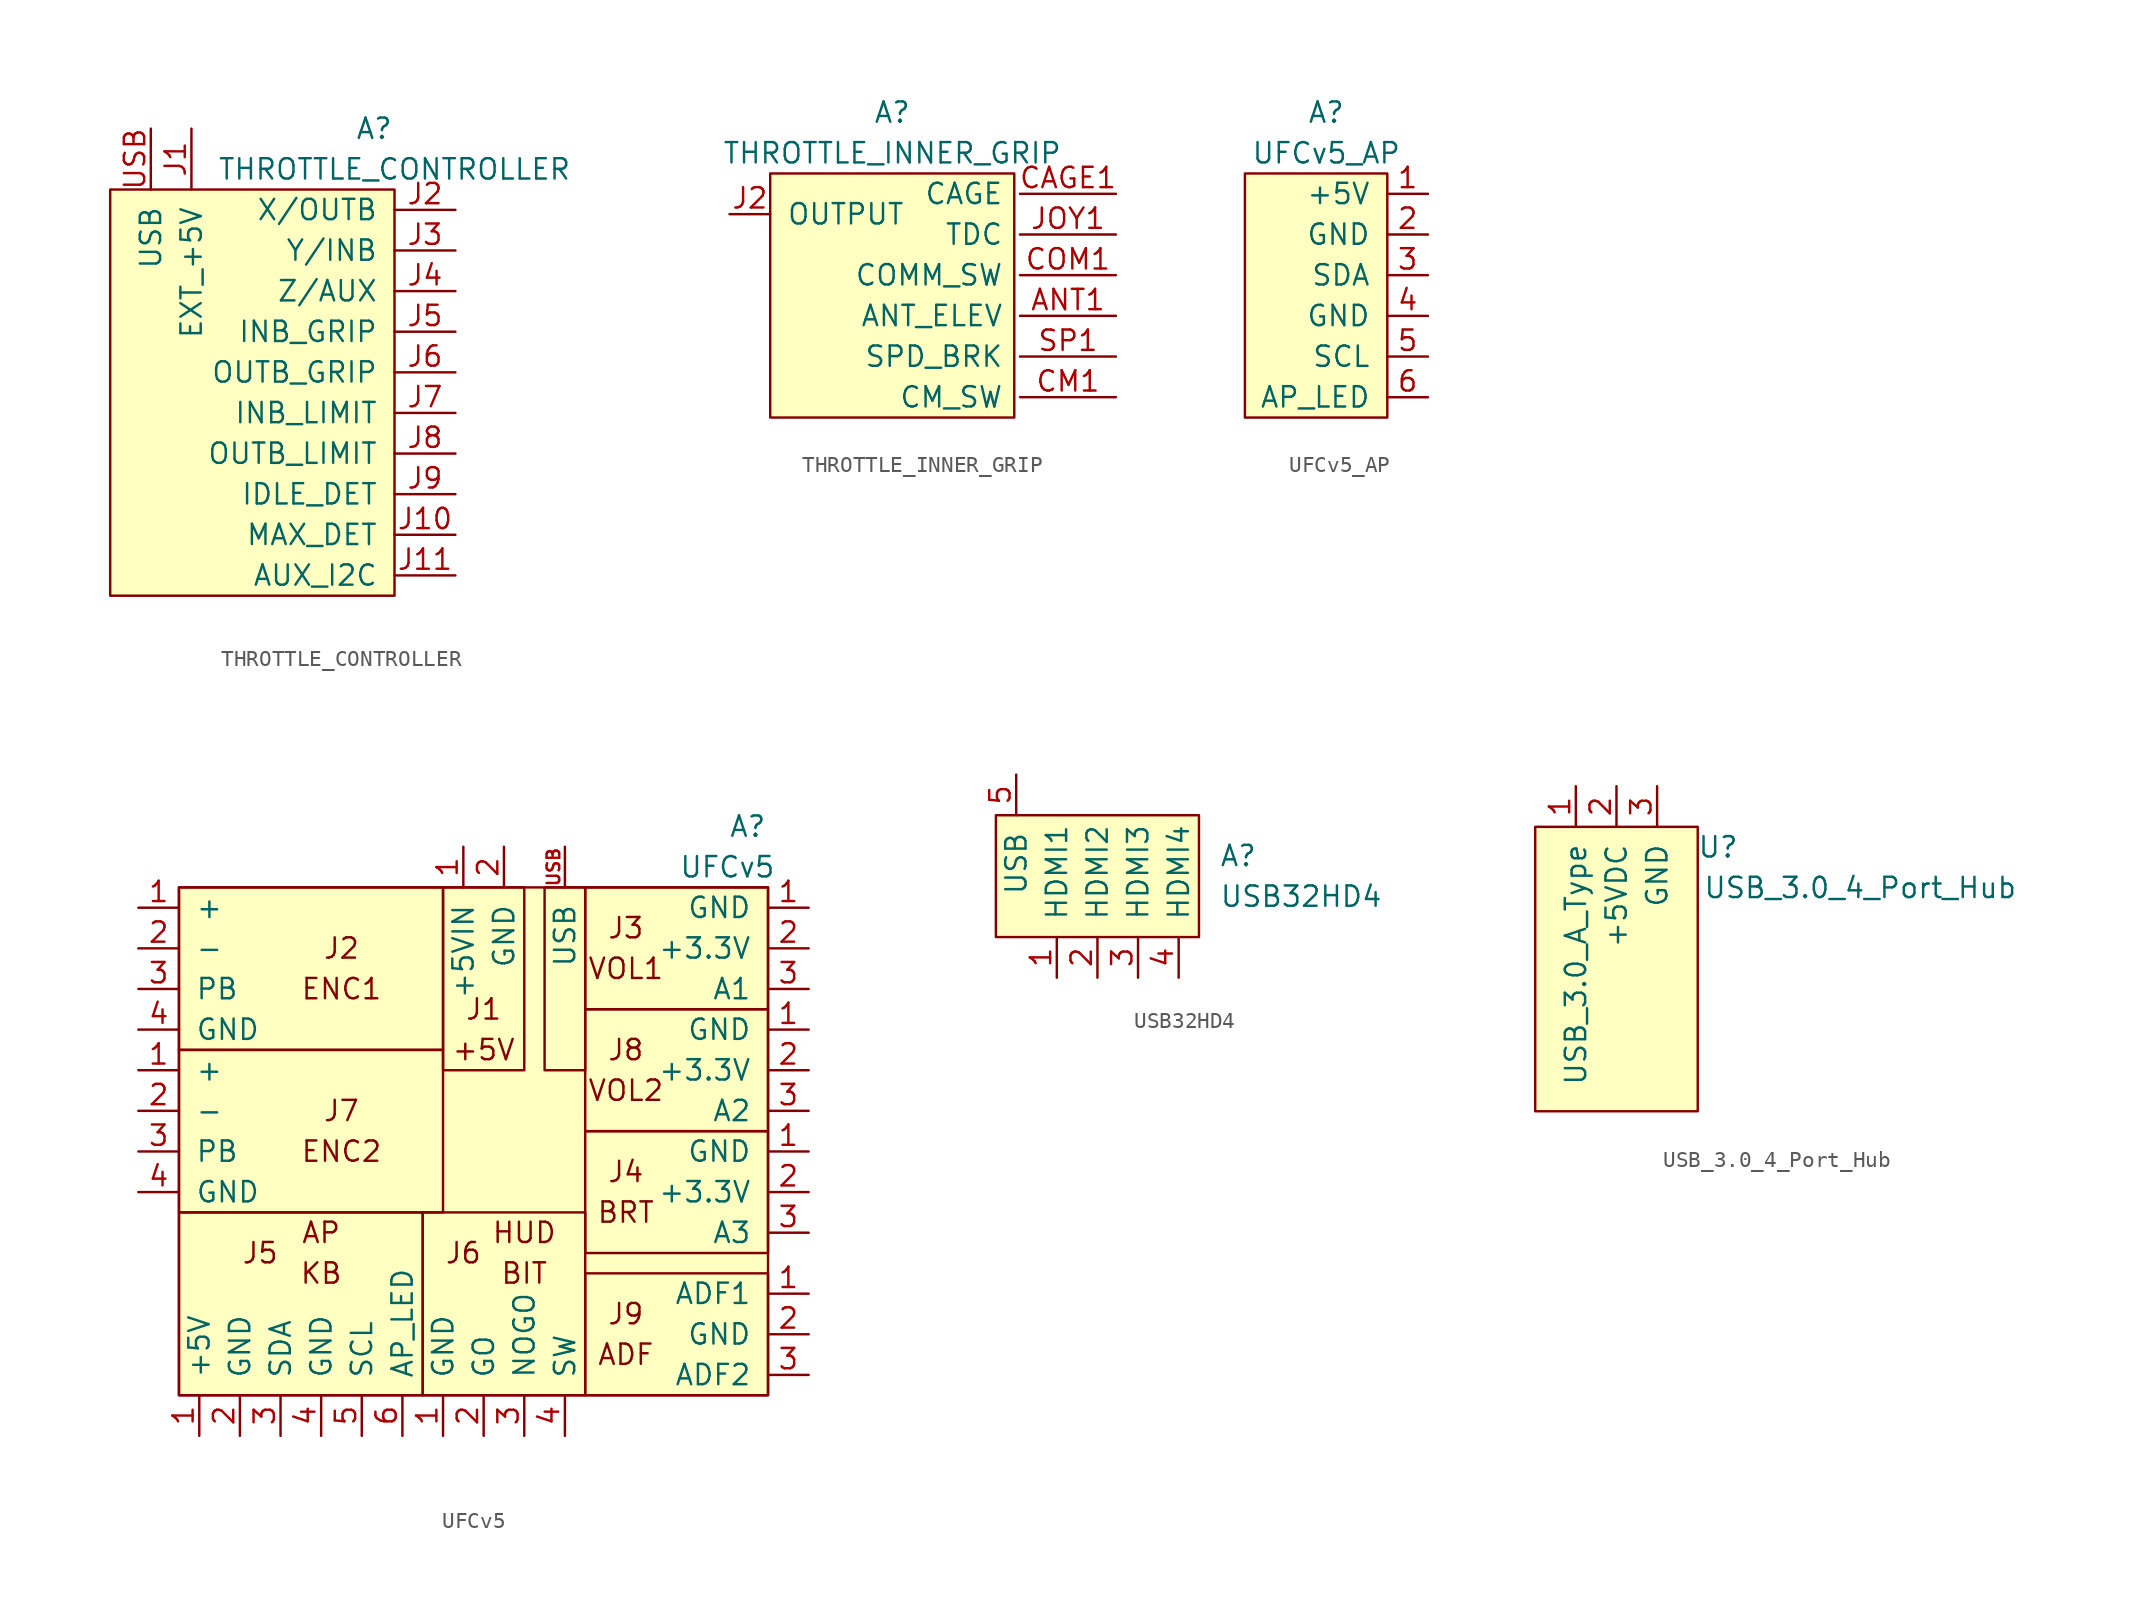
<source format=kicad_sym>
(kicad_symbol_lib
  (version 20231120)
  (generator "kicad_symbol_editor")
  (generator_version "8.0")
  (symbol "THROTTLE_CONTROLLER"
    (pin_names
      (offset 1.016))
    (property "Reference" "A"
      (at 6.35 16.51 0)
      (effects (font (size 1.27 1.27))))
    (property "Value" "THROTTLE_CONTROLLER"
      (at 7.62 13.97 0)
      (effects (font (size 1.27 1.27))))
    (symbol "THROTTLE_CONTROLLER_0_0"
      (pin unspecified line (at 11.43 -8.89 180) (length 3.81) (name "MAX_DET" (effects (font (size 1.27 1.27)))) (number "J10" (effects (font (size 1.27 1.27)))))
      (pin unspecified line (at 11.43 -6.35 180) (length 3.81) (name "IDLE_DET" (effects (font (size 1.27 1.27)))) (number "J9" (effects (font (size 1.27 1.27)))))
      (pin unspecified line (at -7.62 16.51 270) (length 3.81) (name "USB" (effects (font (size 1.27 1.27)))) (number "USB" (effects (font (size 1.27 1.27))))))
    (symbol "THROTTLE_CONTROLLER_0_1"
      (rectangle (start -10.16 12.7) (end 7.62 -12.7) (stroke (width 0) (type default)) (fill (type background))))
    (symbol "THROTTLE_CONTROLLER_1_0"
      (pin unspecified line (at -5.08 16.51 270) (length 3.81) (name "EXT_+5V" (effects (font (size 1.27 1.27)))) (number "J1" (effects (font (size 1.27 1.27)))))
      (pin unspecified line (at 11.43 -11.43 180) (length 3.81) (name "AUX_I2C" (effects (font (size 1.27 1.27)))) (number "J11" (effects (font (size 1.27 1.27)))))
      (pin unspecified line (at 11.43 11.43 180) (length 3.81) (name "X/OUTB" (effects (font (size 1.27 1.27)))) (number "J2" (effects (font (size 1.27 1.27)))))
      (pin unspecified line (at 11.43 8.89 180) (length 3.81) (name "Y/INB" (effects (font (size 1.27 1.27)))) (number "J3" (effects (font (size 1.27 1.27)))))
      (pin unspecified line (at 11.43 6.35 180) (length 3.81) (name "Z/AUX" (effects (font (size 1.27 1.27)))) (number "J4" (effects (font (size 1.27 1.27)))))
      (pin unspecified line (at 11.43 3.81 180) (length 3.81) (name "INB_GRIP" (effects (font (size 1.27 1.27)))) (number "J5" (effects (font (size 1.27 1.27)))))
      (pin unspecified line (at 11.43 1.27 180) (length 3.81) (name "OUTB_GRIP" (effects (font (size 1.27 1.27)))) (number "J6" (effects (font (size 1.27 1.27)))))
      (pin unspecified line (at 11.43 -1.27 180) (length 3.81) (name "INB_LIMIT" (effects (font (size 1.27 1.27)))) (number "J7" (effects (font (size 1.27 1.27)))))
      (pin unspecified line (at 11.43 -3.81 180) (length 3.81) (name "OUTB_LIMIT" (effects (font (size 1.27 1.27)))) (number "J8" (effects (font (size 1.27 1.27)))))))
  (symbol "THROTTLE_INNER_GRIP"
    (pin_names
      (offset 1.016))
    (property "Reference" "A"
      (at 0 11.43 0)
      (effects (font (size 1.27 1.27))))
    (property "Value" "THROTTLE_INNER_GRIP"
      (at 0 8.89 0)
      (effects (font (size 1.27 1.27))))
    (symbol "THROTTLE_INNER_GRIP_0_0"
      (pin unspecified line (at 13.97 -1.27 180) (length 5.994) (name "ANT_ELEV" (effects (font (size 1.27 1.27)))) (number "ANT1" (effects (font (size 1.27 1.27)))))
      (pin unspecified line (at 13.97 6.35 180) (length 5.994) (name "CAGE" (effects (font (size 1.27 1.27)))) (number "CAGE1" (effects (font (size 1.27 1.27)))))
      (pin unspecified line (at 13.97 -6.35 180) (length 5.994) (name "CM_SW" (effects (font (size 1.27 1.27)))) (number "CM1" (effects (font (size 1.27 1.27)))))
      (pin unspecified line (at 13.97 1.27 180) (length 5.994) (name "COMM_SW" (effects (font (size 1.27 1.27)))) (number "COM1" (effects (font (size 1.27 1.27)))))
      (pin unspecified line (at -10.16 5.08 0) (length 2.54) (name "OUTPUT" (effects (font (size 1.27 1.27)))) (number "J2" (effects (font (size 1.27 1.27)))))
      (pin unspecified line (at 13.97 3.81 180) (length 5.994) (name "TDC" (effects (font (size 1.27 1.27)))) (number "JOY1" (effects (font (size 1.27 1.27)))))
      (pin unspecified line (at 13.97 -3.81 180) (length 5.994) (name "SPD_BRK" (effects (font (size 1.27 1.27)))) (number "SP1" (effects (font (size 1.27 1.27))))))
    (symbol "THROTTLE_INNER_GRIP_0_1"
      (rectangle (start -7.62 7.62) (end 7.62 -7.62) (stroke (width 0) (type default)) (fill (type background)))))
  (symbol "UFCv5_AP"
    (pin_names
      (offset 1.016))
    (property "Reference" "A"
      (at -1.27 8.89 0)
      (effects (font (size 1.27 1.27))))
    (property "Value" "UFCv5_AP"
      (at -1.27 6.35 0)
      (effects (font (size 1.27 1.27))))
    (symbol "UFCv5_AP_0_0"
      (rectangle (start -6.35 5.08) (end 2.54 -10.16) (stroke (width 0) (type default)) (fill (type background)))
      (pin unspecified line (at 5.08 -1.27 180) (length 2.54) (name "SDA" (effects (font (size 1.27 1.27)))) (number "3" (effects (font (size 1.27 1.27))))))
    (symbol "UFCv5_AP_1_0"
      (pin unspecified line (at 5.08 3.81 180) (length 2.54) (name "+5V" (effects (font (size 1.27 1.27)))) (number "1" (effects (font (size 1.27 1.27)))))
      (pin unspecified line (at 5.08 1.27 180) (length 2.54) (name "GND" (effects (font (size 1.27 1.27)))) (number "2" (effects (font (size 1.27 1.27)))))
      (pin unspecified line (at 5.08 -3.81 180) (length 2.54) (name "GND" (effects (font (size 1.27 1.27)))) (number "4" (effects (font (size 1.27 1.27)))))
      (pin unspecified line (at 5.08 -6.35 180) (length 2.54) (name "SCL" (effects (font (size 1.27 1.27)))) (number "5" (effects (font (size 1.27 1.27)))))
      (pin unspecified line (at 5.08 -8.89 180) (length 2.54) (name "AP_LED" (effects (font (size 1.27 1.27)))) (number "6" (effects (font (size 1.27 1.27)))))))
  (symbol "UFCv5"
    (pin_names
      (offset 1.016))
    (property "Reference" "A"
      (at 13.97 19.05 0)
      (effects (font (size 1.27 1.27))))
    (property "Value" "UFCv5"
      (at 12.7 16.51 0)
      (effects (font (size 1.27 1.27))))
    (symbol "UFCv5_0_0"
      (rectangle (start -21.59 -5.08) (end -6.35 -16.51) (stroke (width 0) (type default)) (fill (type none)))
      (rectangle (start -21.59 5.08) (end -5.08 -5.08) (stroke (width 0) (type default)) (fill (type none)))
      (rectangle (start -21.59 15.24) (end -5.08 5.08) (stroke (width 0) (type default)) (fill (type none)))
      (rectangle (start -21.59 15.24) (end 15.24 -16.51) (stroke (width 0) (type default)) (fill (type background)))
      (rectangle (start -6.35 -16.51) (end 3.81 -5.08) (stroke (width 0) (type default)) (fill (type none)))
      (rectangle (start -5.08 15.24) (end 0 3.81) (stroke (width 0) (type default)) (fill (type none)))
      (rectangle (start 1.27 15.24) (end 3.81 3.81) (stroke (width 0) (type default)) (fill (type none)))
      (rectangle (start 15.24 -8.89) (end 3.81 -16.51) (stroke (width 0) (type default)) (fill (type none)))
      (rectangle (start 15.24 0) (end 3.81 -7.62) (stroke (width 0) (type default)) (fill (type none)))
      (rectangle (start 15.24 7.62) (end 3.81 0) (stroke (width 0) (type default)) (fill (type none)))
      (rectangle (start 15.24 15.24) (end 3.81 7.62) (stroke (width 0) (type default)) (fill (type none)))
      (text "+5V" (at -2.54 5.08 0) (effects (font (size 1.27 1.27))))
      (text "ADF" (at 6.35 -13.97 0) (effects (font (size 1.27 1.27))))
      (text "AP" (at -12.7 -6.35 0) (effects (font (size 1.27 1.27))))
      (text "BIT" (at 0 -8.89 0) (effects (font (size 1.27 1.27))))
      (text "BRT" (at 6.35 -5.08 0) (effects (font (size 1.27 1.27))))
      (text "ENC1" (at -11.43 8.89 0) (effects (font (size 1.27 1.27))))
      (text "ENC2" (at -11.43 -1.27 0) (effects (font (size 1.27 1.27))))
      (text "HUD" (at 0 -6.35 0) (effects (font (size 1.27 1.27))))
      (text "J1" (at -2.54 7.62 0) (effects (font (size 1.27 1.27))))
      (text "J2" (at -11.43 11.43 0) (effects (font (size 1.27 1.27))))
      (text "J3" (at 6.35 12.7 0) (effects (font (size 1.27 1.27))))
      (text "J4" (at 6.35 -2.54 0) (effects (font (size 1.27 1.27))))
      (text "J5" (at -16.51 -7.62 0) (effects (font (size 1.27 1.27))))
      (text "J6" (at -3.81 -7.62 0) (effects (font (size 1.27 1.27))))
      (text "J7" (at -11.43 1.27 0) (effects (font (size 1.27 1.27))))
      (text "J8" (at 6.35 5.08 0) (effects (font (size 1.27 1.27))))
      (text "J9" (at 6.35 -11.43 0) (effects (font (size 1.27 1.27))))
      (text "KB" (at -12.7 -8.89 0) (effects (font (size 1.27 1.27))))
      (text "VOL1" (at 6.35 10.16 0) (effects (font (size 1.27 1.27))))
      (text "VOL2" (at 6.35 2.54 0) (effects (font (size 1.27 1.27))))
      (pin unspecified line (at -3.81 17.78 270) (length 2.54) (name "+5VIN" (effects (font (size 1.27 1.27)))) (number "1" (effects (font (size 1.27 1.27)))))
      (pin unspecified line (at 17.78 -10.16 180) (length 2.54) (name "ADF1" (effects (font (size 1.27 1.27)))) (number "1" (effects (font (size 1.27 1.27)))))
      (pin unspecified line (at -5.08 -19.05 90) (length 2.54) (name "GND" (effects (font (size 1.27 1.27)))) (number "1" (effects (font (size 1.27 1.27)))))
      (pin unspecified line (at 17.78 -1.27 180) (length 2.54) (name "GND" (effects (font (size 1.27 1.27)))) (number "1" (effects (font (size 1.27 1.27)))))
      (pin unspecified line (at 17.78 6.35 180) (length 2.54) (name "GND" (effects (font (size 1.27 1.27)))) (number "1" (effects (font (size 1.27 1.27)))))
      (pin unspecified line (at 17.78 13.97 180) (length 2.54) (name "GND" (effects (font (size 1.27 1.27)))) (number "1" (effects (font (size 1.27 1.27)))))
      (pin unspecified line (at -1.27 17.78 270) (length 2.54) (name "GND" (effects (font (size 1.27 1.27)))) (number "2" (effects (font (size 1.27 1.27)))))
      (pin unspecified line (at 17.78 -12.7 180) (length 2.54) (name "GND" (effects (font (size 1.27 1.27)))) (number "2" (effects (font (size 1.27 1.27)))))
      (pin unspecified line (at -2.54 -19.05 90) (length 2.54) (name "GO" (effects (font (size 1.27 1.27)))) (number "2" (effects (font (size 1.27 1.27)))))
      (pin unspecified line (at 17.78 8.89 180) (length 2.54) (name "A1" (effects (font (size 1.27 1.27)))) (number "3" (effects (font (size 1.27 1.27)))))
      (pin unspecified line (at 17.78 1.27 180) (length 2.54) (name "A2" (effects (font (size 1.27 1.27)))) (number "3" (effects (font (size 1.27 1.27)))))
      (pin unspecified line (at 17.78 -6.35 180) (length 2.54) (name "A3" (effects (font (size 1.27 1.27)))) (number "3" (effects (font (size 1.27 1.27)))))
      (pin unspecified line (at 17.78 -15.24 180) (length 2.54) (name "ADF2" (effects (font (size 1.27 1.27)))) (number "3" (effects (font (size 1.27 1.27)))))
      (pin unspecified line (at 0 -19.05 90) (length 2.54) (name "NOGO" (effects (font (size 1.27 1.27)))) (number "3" (effects (font (size 1.27 1.27)))))
      (pin unspecified line (at 2.54 -19.05 90) (length 2.54) (name "SW" (effects (font (size 1.27 1.27)))) (number "4" (effects (font (size 1.27 1.27)))))
      (pin unspecified line (at 2.54 17.78 270) (length 2.54) (name "USB" (effects (font (size 1.27 1.27)))) (number "USB" (effects (font (size 0.787 0.787))))))
    (symbol "UFCv5_1_0"
      (pin unspecified line (at -24.13 3.81 0) (length 2.54) (name "+" (effects (font (size 1.27 1.27)))) (number "1" (effects (font (size 1.27 1.27)))))
      (pin unspecified line (at -24.13 13.97 0) (length 2.54) (name "+" (effects (font (size 1.27 1.27)))) (number "1" (effects (font (size 1.27 1.27)))))
      (pin unspecified line (at -20.32 -19.05 90) (length 2.54) (name "+5V" (effects (font (size 1.27 1.27)))) (number "1" (effects (font (size 1.27 1.27)))))
      (pin unspecified line (at 17.78 -3.81 180) (length 2.54) (name "+3.3V" (effects (font (size 1.27 1.27)))) (number "2" (effects (font (size 1.27 1.27)))))
      (pin unspecified line (at 17.78 3.81 180) (length 2.54) (name "+3.3V" (effects (font (size 1.27 1.27)))) (number "2" (effects (font (size 1.27 1.27)))))
      (pin unspecified line (at 17.78 11.43 180) (length 2.54) (name "+3.3V" (effects (font (size 1.27 1.27)))) (number "2" (effects (font (size 1.27 1.27)))))
      (pin unspecified line (at -24.13 1.27 0) (length 2.54) (name "-" (effects (font (size 1.27 1.27)))) (number "2" (effects (font (size 1.27 1.27)))))
      (pin unspecified line (at -24.13 11.43 0) (length 2.54) (name "-" (effects (font (size 1.27 1.27)))) (number "2" (effects (font (size 1.27 1.27)))))
      (pin unspecified line (at -17.78 -19.05 90) (length 2.54) (name "GND" (effects (font (size 1.27 1.27)))) (number "2" (effects (font (size 1.27 1.27)))))
      (pin unspecified line (at -24.13 -1.27 0) (length 2.54) (name "PB" (effects (font (size 1.27 1.27)))) (number "3" (effects (font (size 1.27 1.27)))))
      (pin unspecified line (at -24.13 8.89 0) (length 2.54) (name "PB" (effects (font (size 1.27 1.27)))) (number "3" (effects (font (size 1.27 1.27)))))
      (pin unspecified line (at -15.24 -19.05 90) (length 2.54) (name "SDA" (effects (font (size 1.27 1.27)))) (number "3" (effects (font (size 1.27 1.27)))))
      (pin unspecified line (at -24.13 -3.81 0) (length 2.54) (name "GND" (effects (font (size 1.27 1.27)))) (number "4" (effects (font (size 1.27 1.27)))))
      (pin unspecified line (at -24.13 6.35 0) (length 2.54) (name "GND" (effects (font (size 1.27 1.27)))) (number "4" (effects (font (size 1.27 1.27)))))
      (pin unspecified line (at -12.7 -19.05 90) (length 2.54) (name "GND" (effects (font (size 1.27 1.27)))) (number "4" (effects (font (size 1.27 1.27)))))
      (pin unspecified line (at -10.16 -19.05 90) (length 2.54) (name "SCL" (effects (font (size 1.27 1.27)))) (number "5" (effects (font (size 1.27 1.27)))))
      (pin unspecified line (at -7.62 -19.05 90) (length 2.54) (name "AP_LED" (effects (font (size 1.27 1.27)))) (number "6" (effects (font (size 1.27 1.27)))))))
  (symbol "USB32HD4"
    (pin_names
      (offset 1.016))
    (property "Reference" "A"
      (at 7.62 1.27 0)
      (effects (font (size 1.27 1.27)) (justify left)))
    (property "Value" "USB32HD4"
      (at 7.62 -1.27 0)
      (effects (font (size 1.27 1.27)) (justify left)))
    (symbol "USB32HD4_0_0"
      (pin unspecified line (at -2.54 -6.35 90) (length 2.54) (name "HDMI1" (effects (font (size 1.27 1.27)))) (number "1" (effects (font (size 1.27 1.27)))))
      (pin unspecified line (at 0 -6.35 90) (length 2.54) (name "HDMI2" (effects (font (size 1.27 1.27)))) (number "2" (effects (font (size 1.27 1.27)))))
      (pin unspecified line (at 2.54 -6.35 90) (length 2.54) (name "HDMI3" (effects (font (size 1.27 1.27)))) (number "3" (effects (font (size 1.27 1.27)))))
      (pin unspecified line (at 5.08 -6.35 90) (length 2.54) (name "HDMI4" (effects (font (size 1.27 1.27)))) (number "4" (effects (font (size 1.27 1.27)))))
      (pin unspecified line (at -5.08 6.35 270) (length 2.54) (name "USB" (effects (font (size 1.27 1.27)))) (number "5" (effects (font (size 1.27 1.27))))))
    (symbol "USB32HD4_0_1"
      (rectangle (start -6.35 3.81) (end 6.35 -3.81) (stroke (width 0) (type default)) (fill (type background)))))
  (symbol "USB_3.0_4_Port_Hub"
    (pin_names
      (offset 1.016))
    (property "Reference" "U"
      (at 6.35 7.62 0)
      (effects (font (size 1.27 1.27))))
    (property "Value" "USB_3.0_4_Port_Hub"
      (at 15.24 5.08 0)
      (effects (font (size 1.27 1.27))))
    (symbol "USB_3.0_4_Port_Hub_0_0"
      (pin unspecified line (at -2.54 11.43 270) (length 2.54) (name "USB_3.0_A_Type" (effects (font (size 1.27 1.27)))) (number "1" (effects (font (size 1.27 1.27)))))
      (pin unspecified line (at 0 11.43 270) (length 2.54) (name "+5VDC" (effects (font (size 1.27 1.27)))) (number "2" (effects (font (size 1.27 1.27)))))
      (pin unspecified line (at 2.54 11.43 270) (length 2.54) (name "GND" (effects (font (size 1.27 1.27)))) (number "3" (effects (font (size 1.27 1.27))))))
    (symbol "USB_3.0_4_Port_Hub_0_1"
      (rectangle (start -5.08 8.89) (end 5.08 -8.89) (stroke (width 0) (type default)) (fill (type background))))))
</source>
